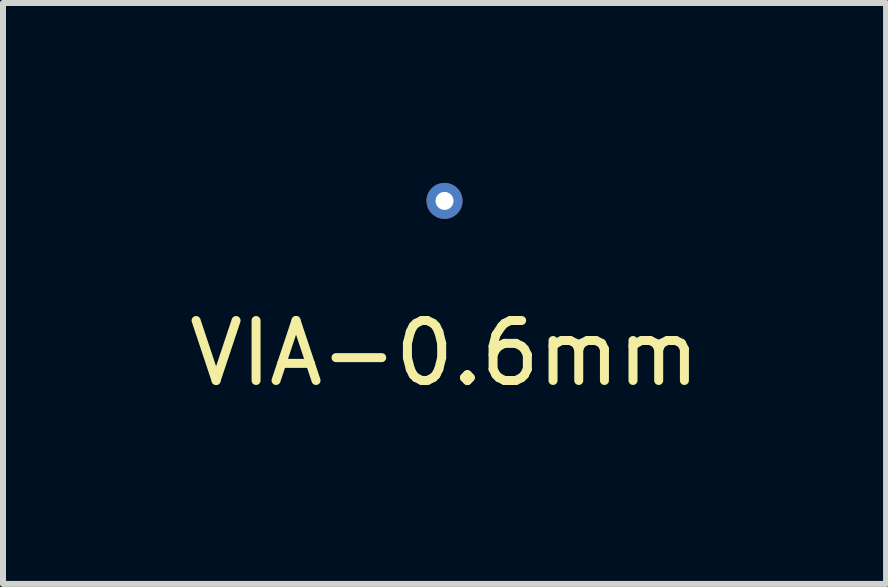
<source format=kicad_pcb>
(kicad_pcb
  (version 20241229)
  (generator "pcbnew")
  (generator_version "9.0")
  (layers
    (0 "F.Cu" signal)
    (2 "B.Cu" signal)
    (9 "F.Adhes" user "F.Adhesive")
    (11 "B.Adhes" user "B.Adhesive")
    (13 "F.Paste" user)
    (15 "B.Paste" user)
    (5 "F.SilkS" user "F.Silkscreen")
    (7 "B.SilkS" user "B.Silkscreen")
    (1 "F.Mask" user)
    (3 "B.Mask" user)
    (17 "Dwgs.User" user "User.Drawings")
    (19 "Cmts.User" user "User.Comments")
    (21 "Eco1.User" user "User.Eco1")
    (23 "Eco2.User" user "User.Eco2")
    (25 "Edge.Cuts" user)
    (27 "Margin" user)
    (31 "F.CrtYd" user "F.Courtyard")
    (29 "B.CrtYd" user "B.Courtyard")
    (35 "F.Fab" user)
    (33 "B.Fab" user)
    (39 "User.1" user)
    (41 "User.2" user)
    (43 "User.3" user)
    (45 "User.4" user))
  (footprint "VIA-0.6mm"
    (layer "F.Cu")
    (at 4.363 0.3)
    (property "Reference" "VIA-0.6mm" (at 0 2.54 0) (layer "F.SilkS") (effects (font (size 1 1) (thickness 0.15))))
    (attr through_hole)
    (pad "3" thru_hole circle (at 0 0) (size 0.6 0.6) (drill 0.3) (layers "*.Cu")))
  (gr_rect
    (start -3 -3)
    (end 11.726 6.688)
    (stroke (width 0.1) (type default))
    (fill no)
    (layer "Edge.Cuts")))
</source>
